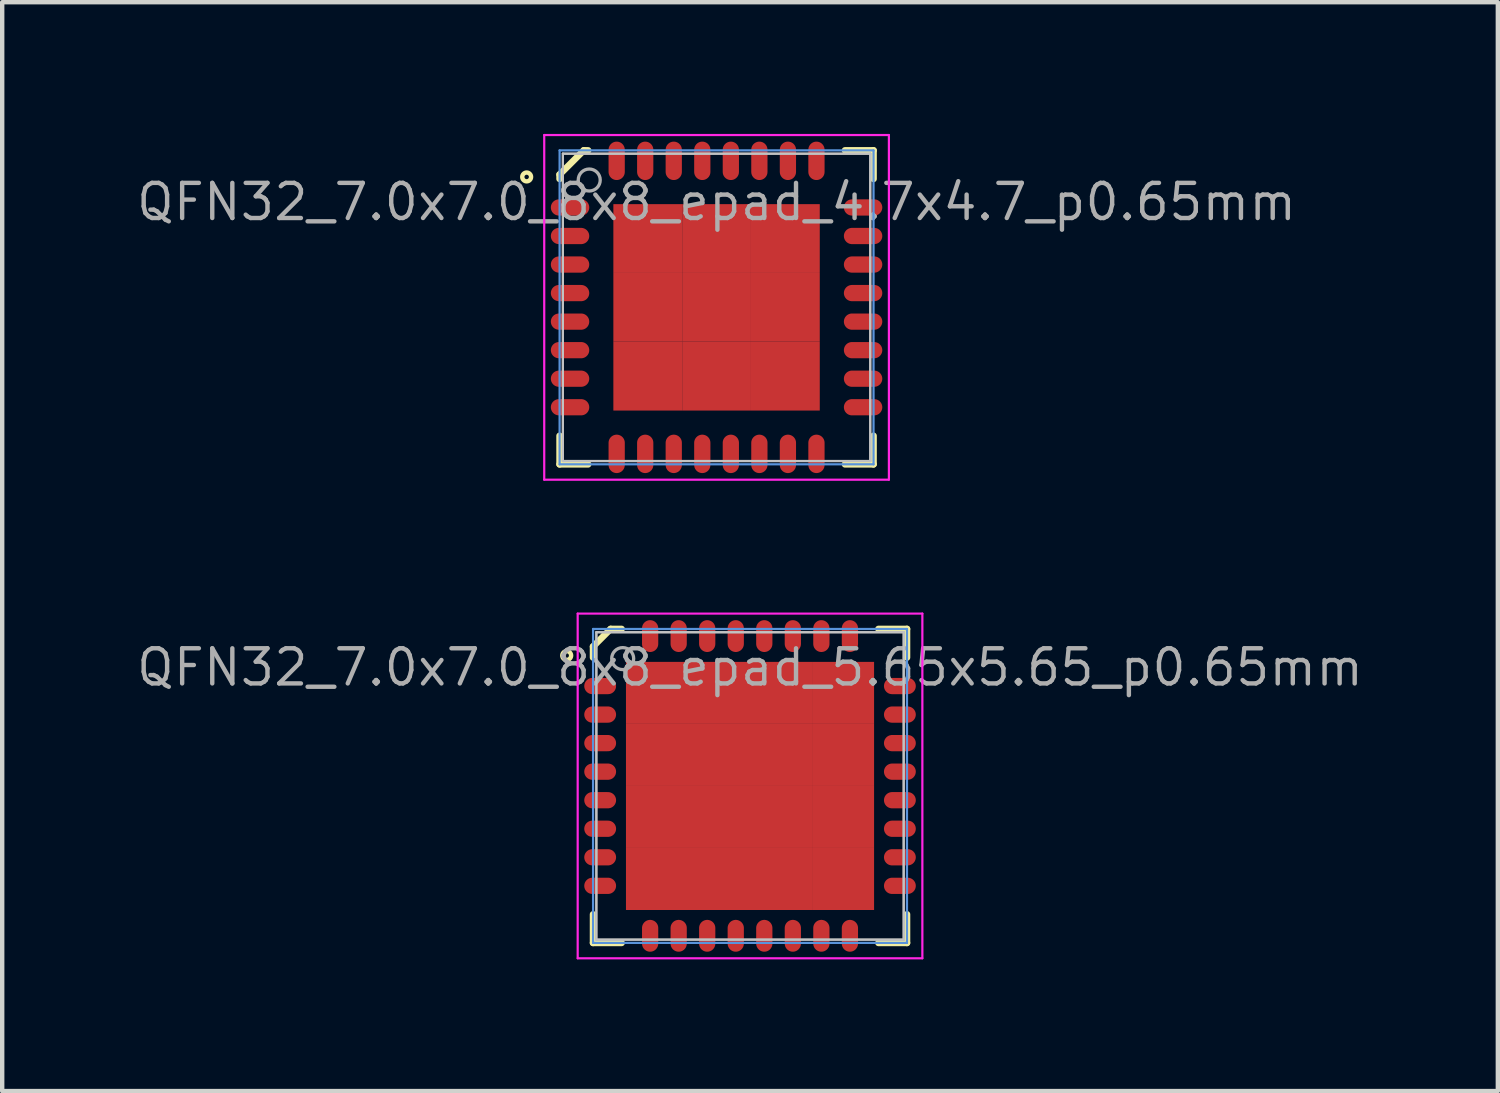
<source format=kicad_pcb>
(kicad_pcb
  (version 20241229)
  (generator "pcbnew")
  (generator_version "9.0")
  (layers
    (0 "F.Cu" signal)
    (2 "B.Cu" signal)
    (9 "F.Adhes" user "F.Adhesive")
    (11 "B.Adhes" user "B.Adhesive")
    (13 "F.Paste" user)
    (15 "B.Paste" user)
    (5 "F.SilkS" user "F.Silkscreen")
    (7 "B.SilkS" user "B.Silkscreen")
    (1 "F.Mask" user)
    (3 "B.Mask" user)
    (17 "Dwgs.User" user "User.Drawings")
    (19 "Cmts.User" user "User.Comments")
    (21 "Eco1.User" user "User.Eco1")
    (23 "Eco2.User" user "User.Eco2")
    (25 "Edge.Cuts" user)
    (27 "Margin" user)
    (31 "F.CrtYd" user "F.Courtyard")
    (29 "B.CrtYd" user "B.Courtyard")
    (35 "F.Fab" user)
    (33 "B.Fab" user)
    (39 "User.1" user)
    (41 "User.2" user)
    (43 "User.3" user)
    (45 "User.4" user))
  (footprint "QFN32_7.0x7.0_8x8_epad_5.65x5.65_p0.65mm"
    (layer "F.Cu")
    (at 14.032 14.85)
    (property "Reference" "QFN32_7.0x7.0_8x8_epad_5.65x5.65_p0.65mm" (at 0 -2.7 0) (layer "F.Fab") (effects (font (size 0.8 0.8) (thickness 0.1))))
    (attr through_hole)
    (fp_line (start -3.575 -3.175) (end -3.575 -2.925) (stroke (width 0.15) (type solid)) (layer "F.SilkS"))
    (fp_line (start -3.575 -3.175) (end -3.175 -3.575) (stroke (width 0.15) (type solid)) (layer "F.SilkS"))
    (fp_line (start -3.575 3.575) (end -3.575 2.925) (stroke (width 0.15) (type solid)) (layer "F.SilkS"))
    (fp_line (start -3.575 3.575) (end -2.925 3.575) (stroke (width 0.15) (type solid)) (layer "F.SilkS"))
    (fp_line (start -2.925 -3.575) (end -3.175 -3.575) (stroke (width 0.15) (type solid)) (layer "F.SilkS"))
    (fp_line (start 3.575 -3.575) (end 2.925 -3.575) (stroke (width 0.15) (type solid)) (layer "F.SilkS"))
    (fp_line (start 3.575 -3.575) (end 3.575 -2.925) (stroke (width 0.15) (type solid)) (layer "F.SilkS"))
    (fp_line (start 3.575 3.575) (end 2.925 3.575) (stroke (width 0.15) (type solid)) (layer "F.SilkS"))
    (fp_line (start 3.575 3.575) (end 3.575 2.925) (stroke (width 0.15) (type solid)) (layer "F.SilkS"))
    (fp_circle (center -4.175 -2.97) (end -4.104 -2.899) (stroke (width 0.1) (type solid)) (fill no) (layer "F.SilkS"))
    (fp_line (start -3.5 -3.5) (end -3.5 3.5) (stroke (width 0.05) (type solid)) (layer "Dwgs.User"))
    (fp_line (start -3.5 -3.5) (end 3.5 -3.5) (stroke (width 0.05) (type solid)) (layer "Dwgs.User"))
    (fp_line (start -3.5 3.5) (end 3.5 3.5) (stroke (width 0.05) (type solid)) (layer "Dwgs.User"))
    (fp_line (start 3.5 -3.5) (end 3.5 3.5) (stroke (width 0.05) (type solid)) (layer "Dwgs.User"))
    (fp_line (start -3.575 -3.575) (end -3.575 3.575) (stroke (width 0.05) (type solid)) (layer "Cmts.User"))
    (fp_line (start -3.575 -3.575) (end 3.575 -3.575) (stroke (width 0.05) (type solid)) (layer "Cmts.User"))
    (fp_line (start -3.575 3.575) (end 3.575 3.575) (stroke (width 0.05) (type solid)) (layer "Cmts.User"))
    (fp_line (start 3.575 -3.575) (end 3.575 3.575) (stroke (width 0.05) (type solid)) (layer "Cmts.User"))
    (fp_line (start -3.425 -3.425) (end -3.425 3.425) (stroke (width 0.05) (type solid)) (layer "Eco1.User"))
    (fp_line (start -3.425 -3.425) (end 3.425 -3.425) (stroke (width 0.05) (type solid)) (layer "Eco1.User"))
    (fp_line (start -3.425 3.425) (end 3.425 3.425) (stroke (width 0.05) (type solid)) (layer "Eco1.User"))
    (fp_line (start 3.425 -3.425) (end 3.425 3.425) (stroke (width 0.05) (type solid)) (layer "Eco1.User"))
    (fp_line (start -3.925 -3.925) (end -3.925 3.925) (stroke (width 0.05) (type solid)) (layer "F.CrtYd"))
    (fp_line (start -3.925 -3.925) (end 3.925 -3.925) (stroke (width 0.05) (type solid)) (layer "F.CrtYd"))
    (fp_line (start -3.925 3.925) (end 3.925 3.925) (stroke (width 0.05) (type solid)) (layer "F.CrtYd"))
    (fp_line (start 3.925 -3.925) (end 3.925 3.925) (stroke (width 0.05) (type solid)) (layer "F.CrtYd"))
    (fp_line (start -3.5 -3.5) (end -3.5 3.5) (stroke (width 0.05) (type solid)) (layer "F.Fab"))
    (fp_line (start -3.5 -3.5) (end 3.5 -3.5) (stroke (width 0.05) (type solid)) (layer "F.Fab"))
    (fp_line (start -3.5 3.5) (end 3.5 3.5) (stroke (width 0.05) (type solid)) (layer "F.Fab"))
    (fp_line (start 3.5 -3.5) (end 3.5 3.5) (stroke (width 0.05) (type solid)) (layer "F.Fab"))
    (fp_circle (center -2.9 -2.9) (end -2.723 -2.723) (stroke (width 0.075) (type solid)) (fill no) (layer "F.Fab"))
    (pad "1" smd oval (at -3.413 -2.275 180) (size 0.725 0.37) (layers "F.Cu" "F.Mask" "F.Paste"))
    (pad "2" smd oval (at -3.413 -1.625 180) (size 0.725 0.37) (layers "F.Cu" "F.Mask" "F.Paste"))
    (pad "3" smd oval (at -3.413 -0.975 180) (size 0.725 0.37) (layers "F.Cu" "F.Mask" "F.Paste"))
    (pad "4" smd oval (at -3.413 -0.325 180) (size 0.725 0.37) (layers "F.Cu" "F.Mask" "F.Paste"))
    (pad "5" smd oval (at -3.413 0.325 180) (size 0.725 0.37) (layers "F.Cu" "F.Mask" "F.Paste"))
    (pad "6" smd oval (at -3.413 0.975 180) (size 0.725 0.37) (layers "F.Cu" "F.Mask" "F.Paste"))
    (pad "7" smd oval (at -3.413 1.625 180) (size 0.725 0.37) (layers "F.Cu" "F.Mask" "F.Paste"))
    (pad "8" smd oval (at -3.413 2.275 180) (size 0.725 0.37) (layers "F.Cu" "F.Mask" "F.Paste"))
    (pad "9" smd oval (at -2.275 3.413 270) (size 0.725 0.37) (layers "F.Cu" "F.Mask" "F.Paste"))
    (pad "10" smd oval (at -1.625 3.413 270) (size 0.725 0.37) (layers "F.Cu" "F.Mask" "F.Paste"))
    (pad "11" smd oval (at -0.975 3.413 270) (size 0.725 0.37) (layers "F.Cu" "F.Mask" "F.Paste"))
    (pad "12" smd oval (at -0.325 3.413 270) (size 0.725 0.37) (layers "F.Cu" "F.Mask" "F.Paste"))
    (pad "13" smd oval (at 0.325 3.413 270) (size 0.725 0.37) (layers "F.Cu" "F.Mask" "F.Paste"))
    (pad "14" smd oval (at 0.975 3.413 270) (size 0.725 0.37) (layers "F.Cu" "F.Mask" "F.Paste"))
    (pad "15" smd oval (at 1.625 3.413 270) (size 0.725 0.37) (layers "F.Cu" "F.Mask" "F.Paste"))
    (pad "16" smd oval (at 2.275 3.413 270) (size 0.725 0.37) (layers "F.Cu" "F.Mask" "F.Paste"))
    (pad "17" smd oval (at 3.413 2.275) (size 0.725 0.37) (layers "F.Cu" "F.Mask" "F.Paste"))
    (pad "18" smd oval (at 3.413 1.625) (size 0.725 0.37) (layers "F.Cu" "F.Mask" "F.Paste"))
    (pad "19" smd oval (at 3.413 0.975) (size 0.725 0.37) (layers "F.Cu" "F.Mask" "F.Paste"))
    (pad "20" smd oval (at 3.413 0.325) (size 0.725 0.37) (layers "F.Cu" "F.Mask" "F.Paste"))
    (pad "21" smd oval (at 3.413 -0.325) (size 0.725 0.37) (layers "F.Cu" "F.Mask" "F.Paste"))
    (pad "22" smd oval (at 3.413 -0.975) (size 0.725 0.37) (layers "F.Cu" "F.Mask" "F.Paste"))
    (pad "23" smd oval (at 3.413 -1.625) (size 0.725 0.37) (layers "F.Cu" "F.Mask" "F.Paste"))
    (pad "24" smd oval (at 3.413 -2.275) (size 0.725 0.37) (layers "F.Cu" "F.Mask" "F.Paste"))
    (pad "25" smd oval (at 2.275 -3.413 90) (size 0.725 0.37) (layers "F.Cu" "F.Mask" "F.Paste"))
    (pad "26" smd oval (at 1.625 -3.413 90) (size 0.725 0.37) (layers "F.Cu" "F.Mask" "F.Paste"))
    (pad "27" smd oval (at 0.975 -3.413 90) (size 0.725 0.37) (layers "F.Cu" "F.Mask" "F.Paste"))
    (pad "28" smd oval (at 0.325 -3.413 90) (size 0.725 0.37) (layers "F.Cu" "F.Mask" "F.Paste"))
    (pad "29" smd oval (at -0.325 -3.413 90) (size 0.725 0.37) (layers "F.Cu" "F.Mask" "F.Paste"))
    (pad "30" smd oval (at -0.975 -3.413 90) (size 0.725 0.37) (layers "F.Cu" "F.Mask" "F.Paste"))
    (pad "31" smd oval (at -1.625 -3.413 90) (size 0.725 0.37) (layers "F.Cu" "F.Mask" "F.Paste"))
    (pad "32" smd oval (at -2.275 -3.413 90) (size 0.725 0.37) (layers "F.Cu" "F.Mask" "F.Paste"))
    (pad "33" smd rect (at -2.119 -2.119) (size 1.413 1.413) (layers "F.Cu" "F.Mask" "F.Paste"))
    (pad "33" smd rect (at -2.119 -0.706) (size 1.413 1.413) (layers "F.Cu" "F.Mask" "F.Paste"))
    (pad "33" smd rect (at -2.119 0.706) (size 1.413 1.413) (layers "F.Cu" "F.Mask" "F.Paste"))
    (pad "33" smd rect (at -2.119 2.119) (size 1.413 1.413) (layers "F.Cu" "F.Mask" "F.Paste"))
    (pad "33" smd rect (at -0.706 -2.119) (size 1.413 1.413) (layers "F.Cu" "F.Mask" "F.Paste"))
    (pad "33" smd rect (at -0.706 -0.706) (size 1.413 1.413) (layers "F.Cu" "F.Mask" "F.Paste"))
    (pad "33" smd rect (at -0.706 0.706) (size 1.413 1.413) (layers "F.Cu" "F.Mask" "F.Paste"))
    (pad "33" smd rect (at -0.706 2.119) (size 1.413 1.413) (layers "F.Cu" "F.Mask" "F.Paste"))
    (pad "33" smd rect (at 0.706 -2.119) (size 1.413 1.413) (layers "F.Cu" "F.Mask" "F.Paste"))
    (pad "33" smd rect (at 0.706 -0.706) (size 1.413 1.413) (layers "F.Cu" "F.Mask" "F.Paste"))
    (pad "33" smd rect (at 0.706 0.706) (size 1.413 1.413) (layers "F.Cu" "F.Mask" "F.Paste"))
    (pad "33" smd rect (at 0.706 2.119) (size 1.413 1.413) (layers "F.Cu" "F.Mask" "F.Paste"))
    (pad "33" smd rect (at 2.119 -2.119) (size 1.413 1.413) (layers "F.Cu" "F.Mask" "F.Paste"))
    (pad "33" smd rect (at 2.119 -0.706) (size 1.413 1.413) (layers "F.Cu" "F.Mask" "F.Paste"))
    (pad "33" smd rect (at 2.119 0.706) (size 1.413 1.413) (layers "F.Cu" "F.Mask" "F.Paste"))
    (pad "33" smd rect (at 2.119 2.119) (size 1.413 1.413) (layers "F.Cu" "F.Mask" "F.Paste")))
  (footprint "QFN32_7.0x7.0_8x8_epad_4.7x4.7_p0.65mm"
    (layer "F.Cu")
    (at 13.27 3.95)
    (property "Reference" "QFN32_7.0x7.0_8x8_epad_4.7x4.7_p0.65mm" (at 0 -2.4 0) (layer "F.Fab") (effects (font (size 0.8 0.8) (thickness 0.1))))
    (attr through_hole)
    (fp_line (start -3.575 -3.025) (end -3.575 -2.925) (stroke (width 0.15) (type solid)) (layer "F.SilkS"))
    (fp_line (start -3.575 -3.025) (end -3.025 -3.575) (stroke (width 0.15) (type solid)) (layer "F.SilkS"))
    (fp_line (start -3.575 3.575) (end -3.575 2.925) (stroke (width 0.15) (type solid)) (layer "F.SilkS"))
    (fp_line (start -3.575 3.575) (end -2.925 3.575) (stroke (width 0.15) (type solid)) (layer "F.SilkS"))
    (fp_line (start -2.925 -3.575) (end -3.025 -3.575) (stroke (width 0.15) (type solid)) (layer "F.SilkS"))
    (fp_line (start 3.575 -3.575) (end 2.925 -3.575) (stroke (width 0.15) (type solid)) (layer "F.SilkS"))
    (fp_line (start 3.575 -3.575) (end 3.575 -2.925) (stroke (width 0.15) (type solid)) (layer "F.SilkS"))
    (fp_line (start 3.575 3.575) (end 2.925 3.575) (stroke (width 0.15) (type solid)) (layer "F.SilkS"))
    (fp_line (start 3.575 3.575) (end 3.575 2.925) (stroke (width 0.15) (type solid)) (layer "F.SilkS"))
    (fp_circle (center -4.325 -2.97) (end -4.254 -2.899) (stroke (width 0.1) (type solid)) (fill no) (layer "F.SilkS"))
    (fp_line (start -3.5 -3.5) (end -3.5 3.5) (stroke (width 0.05) (type solid)) (layer "Dwgs.User"))
    (fp_line (start -3.5 -3.5) (end 3.5 -3.5) (stroke (width 0.05) (type solid)) (layer "Dwgs.User"))
    (fp_line (start -3.5 3.5) (end 3.5 3.5) (stroke (width 0.05) (type solid)) (layer "Dwgs.User"))
    (fp_line (start 3.5 -3.5) (end 3.5 3.5) (stroke (width 0.05) (type solid)) (layer "Dwgs.User"))
    (fp_line (start -3.575 -3.575) (end -3.575 3.575) (stroke (width 0.05) (type solid)) (layer "Cmts.User"))
    (fp_line (start -3.575 -3.575) (end 3.575 -3.575) (stroke (width 0.05) (type solid)) (layer "Cmts.User"))
    (fp_line (start -3.575 3.575) (end 3.575 3.575) (stroke (width 0.05) (type solid)) (layer "Cmts.User"))
    (fp_line (start 3.575 -3.575) (end 3.575 3.575) (stroke (width 0.05) (type solid)) (layer "Cmts.User"))
    (fp_line (start -3.425 -3.425) (end -3.425 3.425) (stroke (width 0.05) (type solid)) (layer "Eco1.User"))
    (fp_line (start -3.425 -3.425) (end 3.425 -3.425) (stroke (width 0.05) (type solid)) (layer "Eco1.User"))
    (fp_line (start -3.425 3.425) (end 3.425 3.425) (stroke (width 0.05) (type solid)) (layer "Eco1.User"))
    (fp_line (start 3.425 -3.425) (end 3.425 3.425) (stroke (width 0.05) (type solid)) (layer "Eco1.User"))
    (fp_line (start -3.925 -3.925) (end -3.925 3.925) (stroke (width 0.05) (type solid)) (layer "F.CrtYd"))
    (fp_line (start -3.925 -3.925) (end 3.925 -3.925) (stroke (width 0.05) (type solid)) (layer "F.CrtYd"))
    (fp_line (start -3.925 3.925) (end 3.925 3.925) (stroke (width 0.05) (type solid)) (layer "F.CrtYd"))
    (fp_line (start 3.925 -3.925) (end 3.925 3.925) (stroke (width 0.05) (type solid)) (layer "F.CrtYd"))
    (fp_line (start -3.5 -3.5) (end -3.5 3.5) (stroke (width 0.05) (type solid)) (layer "F.Fab"))
    (fp_line (start -3.5 -3.5) (end 3.5 -3.5) (stroke (width 0.05) (type solid)) (layer "F.Fab"))
    (fp_line (start -3.5 3.5) (end 3.5 3.5) (stroke (width 0.05) (type solid)) (layer "F.Fab"))
    (fp_line (start 3.5 -3.5) (end 3.5 3.5) (stroke (width 0.05) (type solid)) (layer "F.Fab"))
    (fp_circle (center -2.9 -2.9) (end -2.723 -2.723) (stroke (width 0.075) (type solid)) (fill no) (layer "F.Fab"))
    (pad "1" smd oval (at -3.337 -2.275 180) (size 0.875 0.37) (layers "F.Cu" "F.Mask" "F.Paste"))
    (pad "2" smd oval (at -3.337 -1.625 180) (size 0.875 0.37) (layers "F.Cu" "F.Mask" "F.Paste"))
    (pad "3" smd oval (at -3.337 -0.975 180) (size 0.875 0.37) (layers "F.Cu" "F.Mask" "F.Paste"))
    (pad "4" smd oval (at -3.337 -0.325 180) (size 0.875 0.37) (layers "F.Cu" "F.Mask" "F.Paste"))
    (pad "5" smd oval (at -3.337 0.325 180) (size 0.875 0.37) (layers "F.Cu" "F.Mask" "F.Paste"))
    (pad "6" smd oval (at -3.337 0.975 180) (size 0.875 0.37) (layers "F.Cu" "F.Mask" "F.Paste"))
    (pad "7" smd oval (at -3.337 1.625 180) (size 0.875 0.37) (layers "F.Cu" "F.Mask" "F.Paste"))
    (pad "8" smd oval (at -3.337 2.275 180) (size 0.875 0.37) (layers "F.Cu" "F.Mask" "F.Paste"))
    (pad "9" smd oval (at -2.275 3.337 270) (size 0.875 0.37) (layers "F.Cu" "F.Mask" "F.Paste"))
    (pad "10" smd oval (at -1.625 3.337 270) (size 0.875 0.37) (layers "F.Cu" "F.Mask" "F.Paste"))
    (pad "11" smd oval (at -0.975 3.337 270) (size 0.875 0.37) (layers "F.Cu" "F.Mask" "F.Paste"))
    (pad "12" smd oval (at -0.325 3.337 270) (size 0.875 0.37) (layers "F.Cu" "F.Mask" "F.Paste"))
    (pad "13" smd oval (at 0.325 3.337 270) (size 0.875 0.37) (layers "F.Cu" "F.Mask" "F.Paste"))
    (pad "14" smd oval (at 0.975 3.337 270) (size 0.875 0.37) (layers "F.Cu" "F.Mask" "F.Paste"))
    (pad "15" smd oval (at 1.625 3.337 270) (size 0.875 0.37) (layers "F.Cu" "F.Mask" "F.Paste"))
    (pad "16" smd oval (at 2.275 3.337 270) (size 0.875 0.37) (layers "F.Cu" "F.Mask" "F.Paste"))
    (pad "17" smd oval (at 3.337 2.275) (size 0.875 0.37) (layers "F.Cu" "F.Mask" "F.Paste"))
    (pad "18" smd oval (at 3.337 1.625) (size 0.875 0.37) (layers "F.Cu" "F.Mask" "F.Paste"))
    (pad "19" smd oval (at 3.337 0.975) (size 0.875 0.37) (layers "F.Cu" "F.Mask" "F.Paste"))
    (pad "20" smd oval (at 3.337 0.325) (size 0.875 0.37) (layers "F.Cu" "F.Mask" "F.Paste"))
    (pad "21" smd oval (at 3.337 -0.325) (size 0.875 0.37) (layers "F.Cu" "F.Mask" "F.Paste"))
    (pad "22" smd oval (at 3.337 -0.975) (size 0.875 0.37) (layers "F.Cu" "F.Mask" "F.Paste"))
    (pad "23" smd oval (at 3.337 -1.625) (size 0.875 0.37) (layers "F.Cu" "F.Mask" "F.Paste"))
    (pad "24" smd oval (at 3.337 -2.275) (size 0.875 0.37) (layers "F.Cu" "F.Mask" "F.Paste"))
    (pad "25" smd oval (at 2.275 -3.337 90) (size 0.875 0.37) (layers "F.Cu" "F.Mask" "F.Paste"))
    (pad "26" smd oval (at 1.625 -3.337 90) (size 0.875 0.37) (layers "F.Cu" "F.Mask" "F.Paste"))
    (pad "27" smd oval (at 0.975 -3.337 90) (size 0.875 0.37) (layers "F.Cu" "F.Mask" "F.Paste"))
    (pad "28" smd oval (at 0.325 -3.337 90) (size 0.875 0.37) (layers "F.Cu" "F.Mask" "F.Paste"))
    (pad "29" smd oval (at -0.325 -3.337 90) (size 0.875 0.37) (layers "F.Cu" "F.Mask" "F.Paste"))
    (pad "30" smd oval (at -0.975 -3.337 90) (size 0.875 0.37) (layers "F.Cu" "F.Mask" "F.Paste"))
    (pad "31" smd oval (at -1.625 -3.337 90) (size 0.875 0.37) (layers "F.Cu" "F.Mask" "F.Paste"))
    (pad "32" smd oval (at -2.275 -3.337 90) (size 0.875 0.37) (layers "F.Cu" "F.Mask" "F.Paste"))
    (pad "33" smd rect (at -1.567 -1.567) (size 1.567 1.567) (layers "F.Cu" "F.Mask" "F.Paste"))
    (pad "33" smd rect (at -1.567 0) (size 1.567 1.567) (layers "F.Cu" "F.Mask" "F.Paste"))
    (pad "33" smd rect (at -1.567 1.567) (size 1.567 1.567) (layers "F.Cu" "F.Mask" "F.Paste"))
    (pad "33" smd rect (at 0 -1.567) (size 1.567 1.567) (layers "F.Cu" "F.Mask" "F.Paste"))
    (pad "33" smd rect (at 0 0) (size 1.567 1.567) (layers "F.Cu" "F.Mask" "F.Paste"))
    (pad "33" smd rect (at 0 1.567) (size 1.567 1.567) (layers "F.Cu" "F.Mask" "F.Paste"))
    (pad "33" smd rect (at 1.567 -1.567) (size 1.567 1.567) (layers "F.Cu" "F.Mask" "F.Paste"))
    (pad "33" smd rect (at 1.567 0) (size 1.567 1.567) (layers "F.Cu" "F.Mask" "F.Paste"))
    (pad "33" smd rect (at 1.567 1.567) (size 1.567 1.567) (layers "F.Cu" "F.Mask" "F.Paste")))
  (gr_rect
    (start -3 -3)
    (end 31.064 21.8)
    (stroke (width 0.1) (type default))
    (fill no)
    (layer "Edge.Cuts")))
</source>
